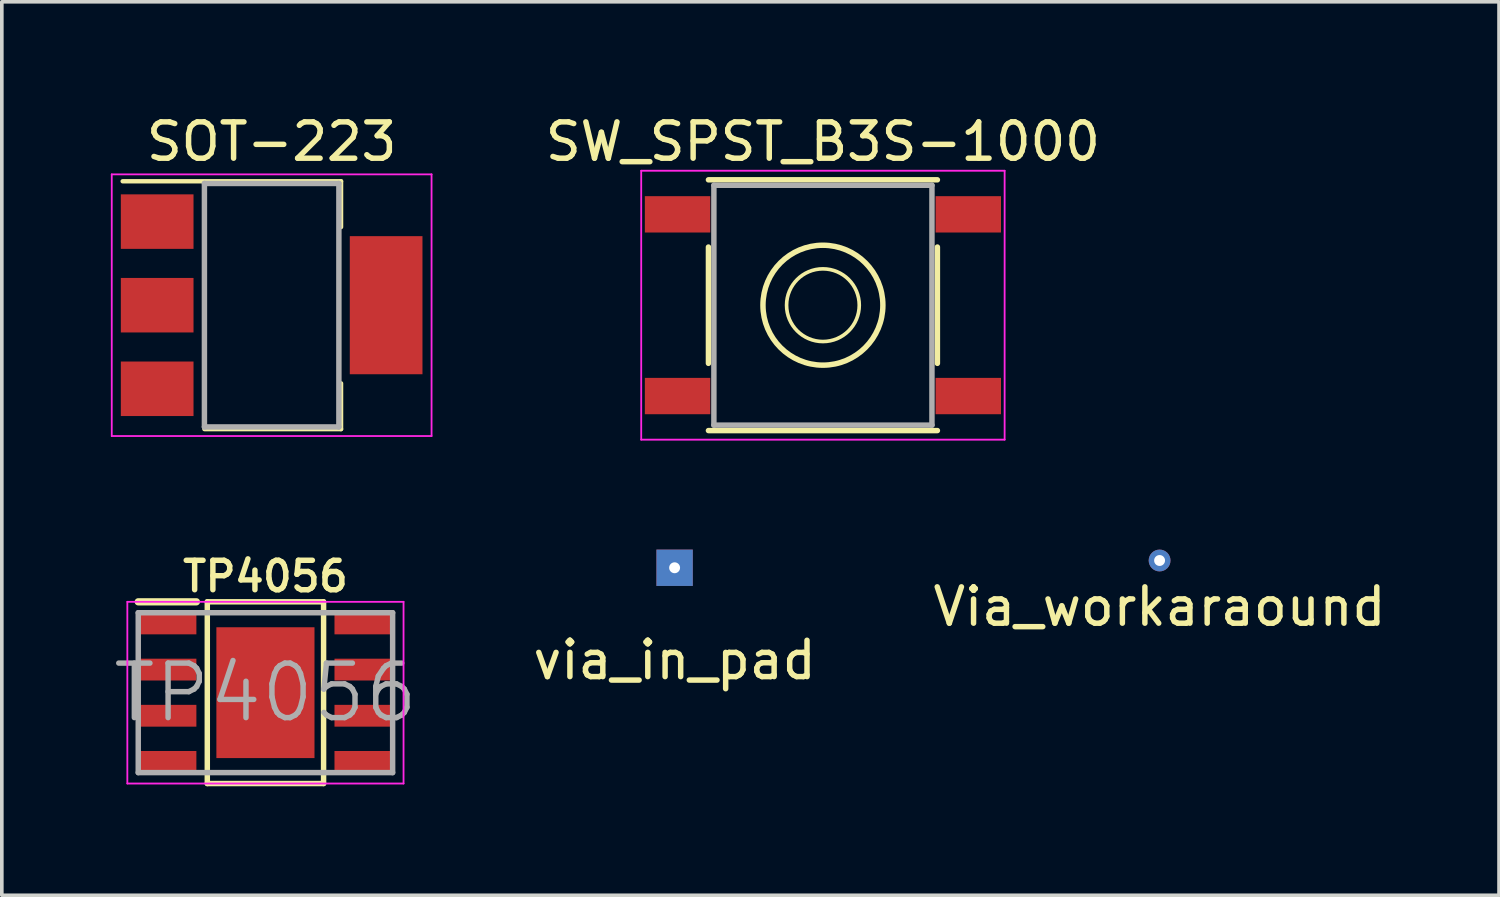
<source format=kicad_pcb>
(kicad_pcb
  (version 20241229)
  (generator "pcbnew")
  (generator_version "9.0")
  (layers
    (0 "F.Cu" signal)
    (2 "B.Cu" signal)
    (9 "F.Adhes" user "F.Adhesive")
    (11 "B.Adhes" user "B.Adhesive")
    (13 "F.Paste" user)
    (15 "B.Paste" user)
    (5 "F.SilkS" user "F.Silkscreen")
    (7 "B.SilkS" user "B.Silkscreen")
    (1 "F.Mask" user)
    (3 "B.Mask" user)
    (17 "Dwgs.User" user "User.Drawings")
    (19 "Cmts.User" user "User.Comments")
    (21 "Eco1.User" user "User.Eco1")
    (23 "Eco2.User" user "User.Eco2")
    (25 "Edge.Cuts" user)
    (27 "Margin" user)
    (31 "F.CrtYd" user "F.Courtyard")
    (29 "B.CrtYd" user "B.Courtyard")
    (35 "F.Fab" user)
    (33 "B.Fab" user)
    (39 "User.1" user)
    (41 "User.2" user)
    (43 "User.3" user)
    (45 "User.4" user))
  (footprint "TP4056"
    (layer "F.Cu")
    (at 4.254 16.01)
    (property "Reference" "TP4056" (at 0 -3.2 0) (layer "F.SilkS") (effects (font (size 0.81 0.81) (thickness 0.15))))
    (attr through_hole)
    (fp_line (start -1.9 -2.5) (end -3.5 -2.5) (stroke (width 0.2) (type solid)) (layer "F.SilkS"))
    (fp_line (start -1.6 -2.5) (end 1.6 -2.5) (stroke (width 0.15) (type solid)) (layer "F.SilkS"))
    (fp_line (start -1.6 2.5) (end -1.6 -2.5) (stroke (width 0.15) (type solid)) (layer "F.SilkS"))
    (fp_line (start 1.6 -2.5) (end 1.6 2.5) (stroke (width 0.15) (type solid)) (layer "F.SilkS"))
    (fp_line (start 1.6 2.5) (end -1.6 2.5) (stroke (width 0.15) (type solid)) (layer "F.SilkS"))
    (fp_line (start -3.8 -2.5) (end 3.8 -2.5) (stroke (width 0.05) (type solid)) (layer "F.CrtYd"))
    (fp_line (start -3.8 2.5) (end -3.8 -2.5) (stroke (width 0.05) (type solid)) (layer "F.CrtYd"))
    (fp_line (start 3.8 -2.5) (end 3.8 2.5) (stroke (width 0.05) (type solid)) (layer "F.CrtYd"))
    (fp_line (start 3.8 2.5) (end -3.8 2.5) (stroke (width 0.05) (type solid)) (layer "F.CrtYd"))
    (fp_line (start -3.5 -2.2) (end 3.5 -2.2) (stroke (width 0.15) (type solid)) (layer "F.Fab"))
    (fp_line (start -3.5 2.2) (end -3.5 -2.2) (stroke (width 0.15) (type solid)) (layer "F.Fab"))
    (fp_line (start 3.5 -2.2) (end 3.5 2.2) (stroke (width 0.15) (type solid)) (layer "F.Fab"))
    (fp_line (start 3.5 2.2) (end -3.5 2.2) (stroke (width 0.15) (type solid)) (layer "F.Fab"))
    (fp_text user "${REFERENCE}" (at 0 0 0) (layer "F.Fab") (effects (font (size 1.5 1.5) (thickness 0.15))))
    (pad "1" smd rect (at -2.7 -1.905) (size 1.6 0.6) (layers "F.Cu" "F.Mask" "F.Paste"))
    (pad "2" smd rect (at -2.7 -0.635) (size 1.6 0.6) (layers "F.Cu" "F.Mask" "F.Paste"))
    (pad "3" smd rect (at -2.7 0.635) (size 1.6 0.6) (layers "F.Cu" "F.Mask" "F.Paste"))
    (pad "4" smd rect (at -2.7 1.905) (size 1.6 0.6) (layers "F.Cu" "F.Mask" "F.Paste"))
    (pad "5" smd rect (at 2.7 1.905) (size 1.6 0.6) (layers "F.Cu" "F.Mask" "F.Paste"))
    (pad "6" smd rect (at 2.7 0.635) (size 1.6 0.6) (layers "F.Cu" "F.Mask" "F.Paste"))
    (pad "7" smd rect (at 2.7 -0.635) (size 1.6 0.6) (layers "F.Cu" "F.Mask" "F.Paste"))
    (pad "8" smd rect (at 2.7 -1.905) (size 1.6 0.6) (layers "F.Cu" "F.Mask" "F.Paste"))
    (pad "PAD" smd rect (at 0 0) (size 2.7 3.6) (layers "F.Cu" "F.Mask" "F.Paste")))
  (footprint "SW_SPST_B3S-1000"
    (layer "F.Cu")
    (at 19.594 5.348)
    (property "Reference" "SW_SPST_B3S-1000" (at 0 -4.5 0) (layer "F.SilkS") (effects (font (size 1 1) (thickness 0.15))))
    (attr smd)
    (fp_line (start -3.15 -3.45) (end 3.15 -3.45) (stroke (width 0.15) (type solid)) (layer "F.SilkS"))
    (fp_line (start -3.15 1.6) (end -3.15 -1.6) (stroke (width 0.15) (type solid)) (layer "F.SilkS"))
    (fp_line (start 3.15 -1.6) (end 3.15 1.6) (stroke (width 0.15) (type solid)) (layer "F.SilkS"))
    (fp_line (start 3.15 3.45) (end -3.15 3.45) (stroke (width 0.15) (type solid)) (layer "F.SilkS"))
    (fp_circle (center 0 0) (end 0 1) (stroke (width 0.1) (type solid)) (fill no) (layer "F.SilkS"))
    (fp_circle (center 0 0) (end 1.65 0) (stroke (width 0.15) (type solid)) (fill no) (layer "F.SilkS"))
    (fp_line (start -5 -3.7) (end -5 3.7) (stroke (width 0.05) (type solid)) (layer "F.CrtYd"))
    (fp_line (start -5 3.7) (end 5 3.7) (stroke (width 0.05) (type solid)) (layer "F.CrtYd"))
    (fp_line (start 5 -3.7) (end -5 -3.7) (stroke (width 0.05) (type solid)) (layer "F.CrtYd"))
    (fp_line (start 5 3.7) (end 5 -3.7) (stroke (width 0.05) (type solid)) (layer "F.CrtYd"))
    (fp_line (start -3 -3.3) (end 3 -3.3) (stroke (width 0.15) (type solid)) (layer "F.Fab"))
    (fp_line (start -3 3.3) (end -3 -3.3) (stroke (width 0.15) (type solid)) (layer "F.Fab"))
    (fp_line (start 3 -3.3) (end 3 3.3) (stroke (width 0.15) (type solid)) (layer "F.Fab"))
    (fp_line (start 3 3.3) (end -3 3.3) (stroke (width 0.15) (type solid)) (layer "F.Fab"))
    (pad "1" smd rect (at -4 -2.5) (size 1.8 1) (layers "F.Cu" "F.Mask" "F.Paste"))
    (pad "1" smd rect (at 4 -2.5) (size 1.8 1) (layers "F.Cu" "F.Mask" "F.Paste"))
    (pad "2" smd rect (at -4 2.5) (size 1.8 1) (layers "F.Cu" "F.Mask" "F.Paste"))
    (pad "2" smd rect (at 4 2.5) (size 1.8 1) (layers "F.Cu" "F.Mask" "F.Paste")))
  (footprint "SOT-223"
    (placed yes)
    (layer "F.Cu")
    (at 4.425 5.348)
    (property "Reference" "SOT-223" (at 0 -4.5 0) (layer "F.SilkS") (effects (font (size 1 1) (thickness 0.15))))
    (attr smd)
    (fp_line (start -4.1 -3.41) (end 1.91 -3.41) (stroke (width 0.12) (type solid)) (layer "F.SilkS"))
    (fp_line (start -1.85 3.41) (end 1.91 3.41) (stroke (width 0.12) (type solid)) (layer "F.SilkS"))
    (fp_line (start 1.91 -3.41) (end 1.91 -2.15) (stroke (width 0.12) (type solid)) (layer "F.SilkS"))
    (fp_line (start 1.91 3.41) (end 1.91 2.15) (stroke (width 0.12) (type solid)) (layer "F.SilkS"))
    (fp_line (start -4.4 -3.6) (end -4.4 3.6) (stroke (width 0.05) (type solid)) (layer "F.CrtYd"))
    (fp_line (start -4.4 3.6) (end 4.4 3.6) (stroke (width 0.05) (type solid)) (layer "F.CrtYd"))
    (fp_line (start 4.4 -3.6) (end -4.4 -3.6) (stroke (width 0.05) (type solid)) (layer "F.CrtYd"))
    (fp_line (start 4.4 3.6) (end 4.4 -3.6) (stroke (width 0.05) (type solid)) (layer "F.CrtYd"))
    (fp_line (start -1.85 -3.35) (end -1.85 3.35) (stroke (width 0.15) (type solid)) (layer "F.Fab"))
    (fp_line (start -1.85 -3.35) (end 1.85 -3.35) (stroke (width 0.15) (type solid)) (layer "F.Fab"))
    (fp_line (start -1.85 3.35) (end 1.85 3.35) (stroke (width 0.15) (type solid)) (layer "F.Fab"))
    (fp_line (start 1.85 -3.35) (end 1.85 3.35) (stroke (width 0.15) (type solid)) (layer "F.Fab"))
    (pad "1" smd rect (at -3.15 -2.3) (size 2 1.5) (layers "F.Cu" "F.Mask" "F.Paste"))
    (pad "2" smd rect (at -3.15 0) (size 2 1.5) (layers "F.Cu" "F.Mask" "F.Paste"))
    (pad "3" smd rect (at -3.15 2.3) (size 2 1.5) (layers "F.Cu" "F.Mask" "F.Paste"))
    (pad "4" smd rect (at 3.15 0) (size 2 3.8) (layers "F.Cu" "F.Mask" "F.Paste")))
  (footprint "Via_workaraound"
    (layer "F.Cu")
    (at 28.858 12.373)
    (property "Reference" "Via_workaraound" (at 0 1.27 0) (layer "F.SilkS") (effects (font (size 1 1) (thickness 0.15))))
    (attr through_hole)
    (pad "1" thru_hole circle (at 0 0) (size 0.6 0.6) (drill 0.3) (layers "*.Cu")))
  (footprint "via_in_pad"
    (layer "F.Cu")
    (at 15.513 12.573)
    (property "Reference" "via_in_pad" (at 0 2.54 0) (layer "F.SilkS") (effects (font (size 1 1) (thickness 0.15))))
    (attr through_hole)
    (pad "1" thru_hole rect (at 0 0) (size 1 1) (drill 0.3) (layers "*.Cu" "*.Mask")))
  (gr_rect
    (start -3 -3)
    (end 38.198 21.585)
    (stroke (width 0.1) (type default))
    (fill no)
    (layer "Edge.Cuts")))
</source>
